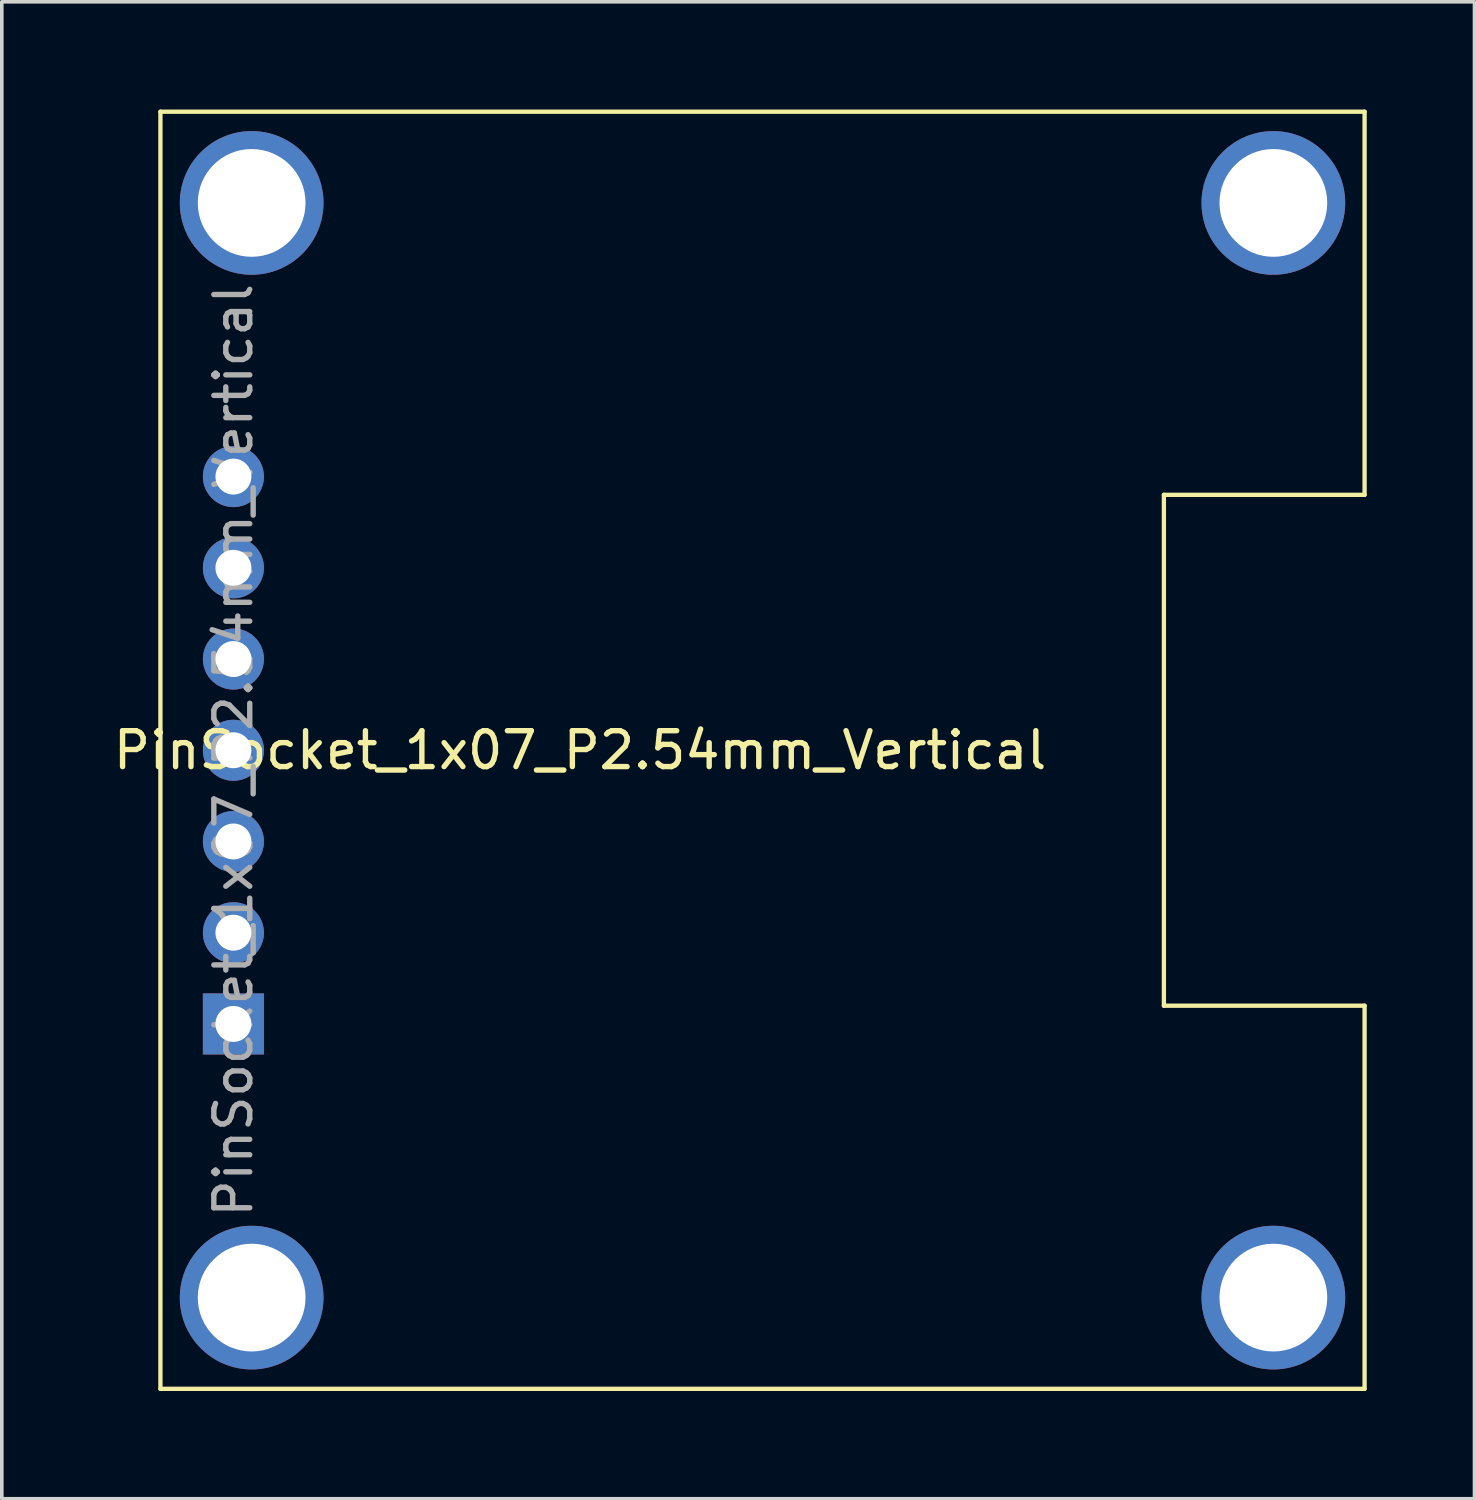
<source format=kicad_pcb>
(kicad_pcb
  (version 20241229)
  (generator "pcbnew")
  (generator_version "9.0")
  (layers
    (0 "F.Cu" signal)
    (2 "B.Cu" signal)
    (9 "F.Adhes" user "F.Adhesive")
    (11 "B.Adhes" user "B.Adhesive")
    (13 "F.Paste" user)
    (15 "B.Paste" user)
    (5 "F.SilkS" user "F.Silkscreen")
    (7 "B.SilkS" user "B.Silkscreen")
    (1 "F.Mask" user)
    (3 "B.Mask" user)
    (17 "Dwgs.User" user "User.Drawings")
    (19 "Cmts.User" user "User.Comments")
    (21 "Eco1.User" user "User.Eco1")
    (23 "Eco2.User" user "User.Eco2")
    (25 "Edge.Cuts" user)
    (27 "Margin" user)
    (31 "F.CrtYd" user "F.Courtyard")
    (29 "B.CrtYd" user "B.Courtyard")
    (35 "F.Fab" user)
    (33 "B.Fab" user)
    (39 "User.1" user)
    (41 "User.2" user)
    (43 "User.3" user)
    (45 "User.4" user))
  (footprint "PinSocket_1x07_P2.54mm_Vertical"
    (layer "F.Cu")
    (at 3.957 17.84)
    (property "Reference" "PinSocket_1x07_P2.54mm_Vertical" (at 9.144 0 180) (layer "F.SilkS") (effects (font (size 1 1) (thickness 0.15))))
    (attr through_hole)
    (fp_line (start -2.54 -17.78) (end 30.988 -17.78) (stroke (width 0.12) (type solid)) (layer "F.SilkS"))
    (fp_line (start -2.54 17.78) (end -2.54 -17.78) (stroke (width 0.12) (type solid)) (layer "F.SilkS"))
    (fp_line (start 25.4 -7.112) (end 25.4 7.112) (stroke (width 0.12) (type solid)) (layer "F.SilkS"))
    (fp_line (start 30.988 -17.78) (end 30.988 -7.112) (stroke (width 0.12) (type solid)) (layer "F.SilkS"))
    (fp_line (start 30.988 -7.112) (end 25.4 -7.112) (stroke (width 0.12) (type solid)) (layer "F.SilkS"))
    (fp_line (start 30.988 7.112) (end 25.4 7.112) (stroke (width 0.12) (type solid)) (layer "F.SilkS"))
    (fp_line (start 30.988 7.112) (end 30.988 17.78) (stroke (width 0.12) (type solid)) (layer "F.SilkS"))
    (fp_line (start 30.988 17.78) (end -2.54 17.78) (stroke (width 0.12) (type solid)) (layer "F.SilkS"))
    (fp_text user "${REFERENCE}" (at -0.508 0 270) (layer "F.Fab") (effects (font (size 1 1) (thickness 0.15))))
    (pad "1" thru_hole rect (at -0.508 7.62 180) (size 1.7 1.7) (drill 1) (layers "*.Cu" "*.Mask"))
    (pad "2" thru_hole oval (at -0.508 5.08 180) (size 1.7 1.7) (drill 1) (layers "*.Cu" "*.Mask"))
    (pad "3" thru_hole oval (at -0.508 2.54 180) (size 1.7 1.7) (drill 1) (layers "*.Cu" "*.Mask"))
    (pad "4" thru_hole oval (at -0.508 0 180) (size 1.7 1.7) (drill 1) (layers "*.Cu" "*.Mask"))
    (pad "5" thru_hole oval (at -0.508 -2.54 180) (size 1.7 1.7) (drill 1) (layers "*.Cu" "*.Mask"))
    (pad "6" thru_hole oval (at -0.508 -5.08 180) (size 1.7 1.7) (drill 1) (layers "*.Cu" "*.Mask"))
    (pad "7" thru_hole oval (at -0.508 -7.62 180) (size 1.7 1.7) (drill 1) (layers "*.Cu" "*.Mask"))
    (pad "8" thru_hole circle (at 28.448 -15.24) (size 4 4) (drill 3) (layers "*.Cu" "*.Mask"))
    (pad "9" thru_hole circle (at 28.448 15.24) (size 4 4) (drill 3) (layers "*.Cu" "*.Mask"))
    (pad "10" thru_hole circle (at 0 15.24) (size 4 4) (drill 3) (layers "*.Cu" "*.Mask"))
    (pad "11" thru_hole circle (at 0 -15.24) (size 4 4) (drill 3) (layers "*.Cu" "*.Mask")))
  (gr_rect
    (start -3 -3)
    (end 38.005 38.68)
    (stroke (width 0.1) (type default))
    (fill no)
    (layer "Edge.Cuts")))
</source>
